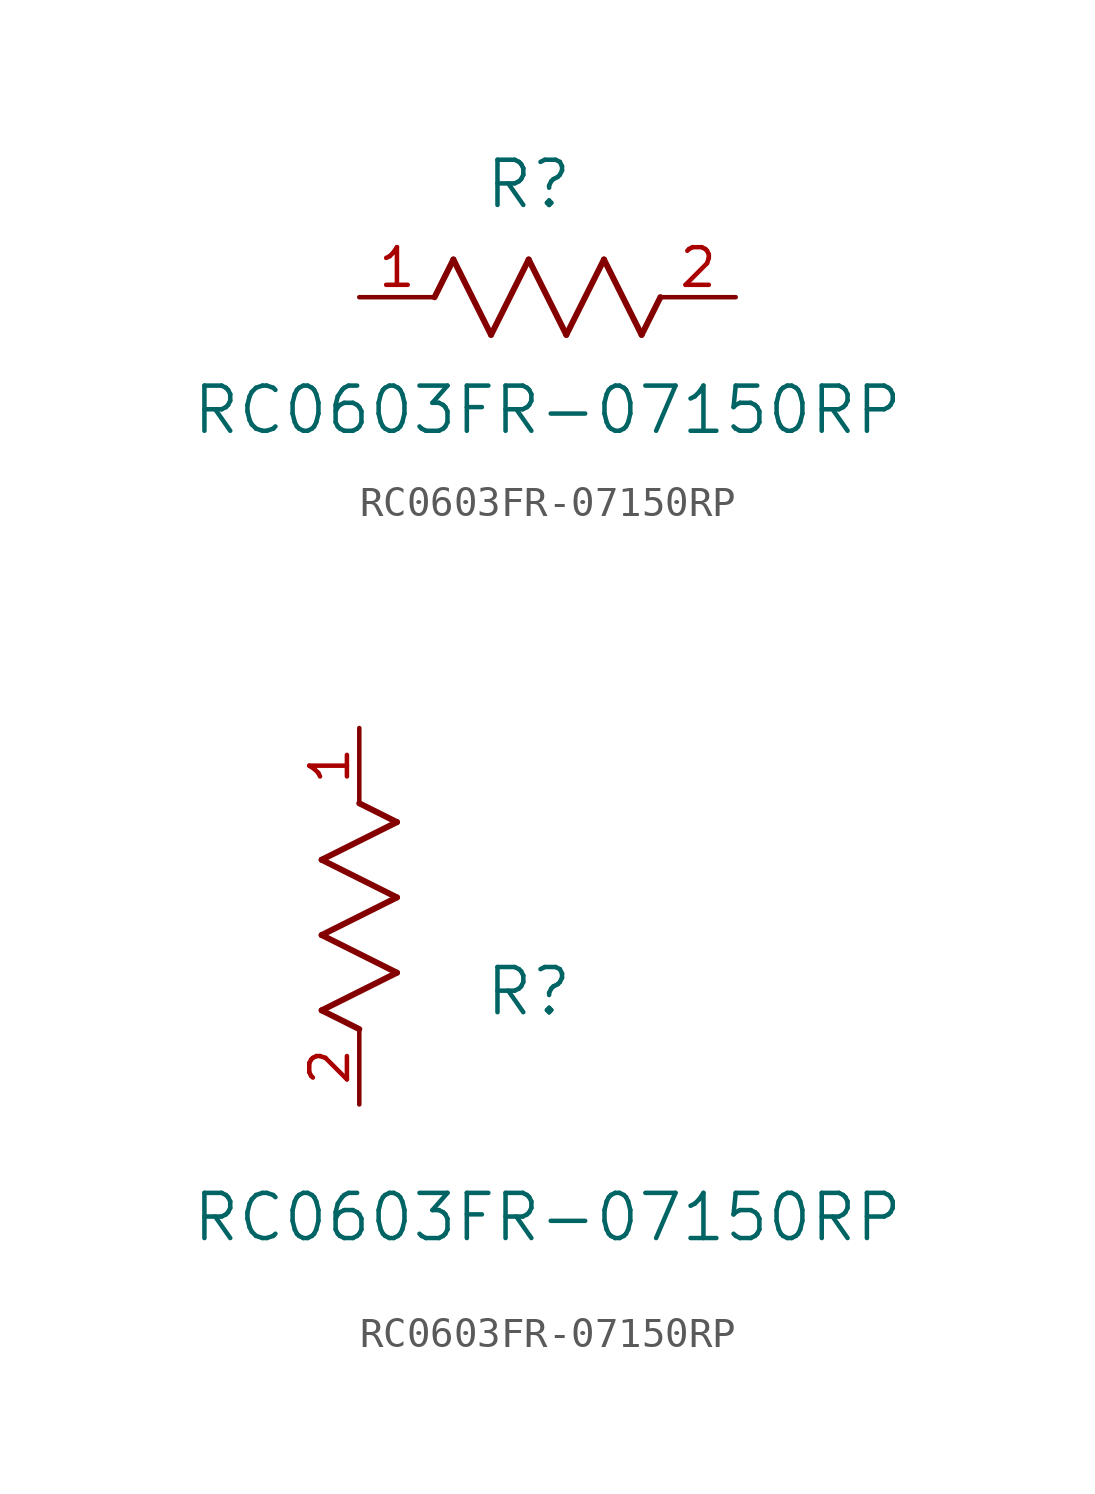
<source format=kicad_sym>
(kicad_symbol_lib
  (version 20211014)
  (generator kicad_symbol_editor)
  (symbol "RC0603FR-07150RP"
    (pin_names
      (offset 0.254))
    (property "Reference" "R"
      (at 5.715 3.81 0)
      (effects (font (size 1.524 1.524))))
    (property "Value" "RC0603FR-07150RP"
      (at 6.35 -3.81 0)
      (effects (font (size 1.524 1.524))))
    (symbol "RC0603FR-07150RP_1_1"
      (polyline (pts (xy 3.175 1.27) (xy 4.445 -1.27)) (stroke (width 0.203) (type default) (color 0 0 0 0)) (fill (type none)))
      (polyline (pts (xy 4.445 -1.27) (xy 5.715 1.27)) (stroke (width 0.203) (type default) (color 0 0 0 0)) (fill (type none)))
      (polyline (pts (xy 5.715 1.27) (xy 6.985 -1.27)) (stroke (width 0.203) (type default) (color 0 0 0 0)) (fill (type none)))
      (polyline (pts (xy 6.985 -1.27) (xy 8.255 1.27)) (stroke (width 0.203) (type default) (color 0 0 0 0)) (fill (type none)))
      (polyline (pts (xy 8.255 1.27) (xy 9.525 -1.27)) (stroke (width 0.203) (type default) (color 0 0 0 0)) (fill (type none)))
      (polyline (pts (xy 2.54 0) (xy 3.175 1.27)) (stroke (width 0.203) (type default) (color 0 0 0 0)) (fill (type none)))
      (polyline (pts (xy 9.525 -1.27) (xy 10.16 0)) (stroke (width 0.203) (type default) (color 0 0 0 0)) (fill (type none)))
      (pin unspecified line (at 0 0 0) (length 2.54) (name "" (effects (font (size 1.27 1.27)))) (number "1" (effects (font (size 1.27 1.27)))))
      (pin unspecified line (at 12.7 0 180) (length 2.54) (name "" (effects (font (size 1.27 1.27)))) (number "2" (effects (font (size 1.27 1.27))))))
    (symbol "RC0603FR-07150RP_1_2"
      (polyline (pts (xy 0 2.54) (xy -1.27 3.175)) (stroke (width 0.203) (type default) (color 0 0 0 0)) (fill (type none)))
      (polyline (pts (xy -1.27 3.175) (xy 1.27 4.445)) (stroke (width 0.203) (type default) (color 0 0 0 0)) (fill (type none)))
      (polyline (pts (xy 1.27 4.445) (xy -1.27 5.715)) (stroke (width 0.203) (type default) (color 0 0 0 0)) (fill (type none)))
      (polyline (pts (xy -1.27 5.715) (xy 1.27 6.985)) (stroke (width 0.203) (type default) (color 0 0 0 0)) (fill (type none)))
      (polyline (pts (xy -1.27 8.255) (xy 1.27 9.525)) (stroke (width 0.203) (type default) (color 0 0 0 0)) (fill (type none)))
      (polyline (pts (xy 1.27 9.525) (xy 0 10.16)) (stroke (width 0.203) (type default) (color 0 0 0 0)) (fill (type none)))
      (polyline (pts (xy 1.27 6.985) (xy -1.27 8.255)) (stroke (width 0.203) (type default) (color 0 0 0 0)) (fill (type none)))
      (pin unspecified line (at 0 12.7 270) (length 2.54) (name "" (effects (font (size 1.27 1.27)))) (number "1" (effects (font (size 1.27 1.27)))))
      (pin unspecified line (at 0 0 90) (length 2.54) (name "" (effects (font (size 1.27 1.27)))) (number "2" (effects (font (size 1.27 1.27))))))))
</source>
